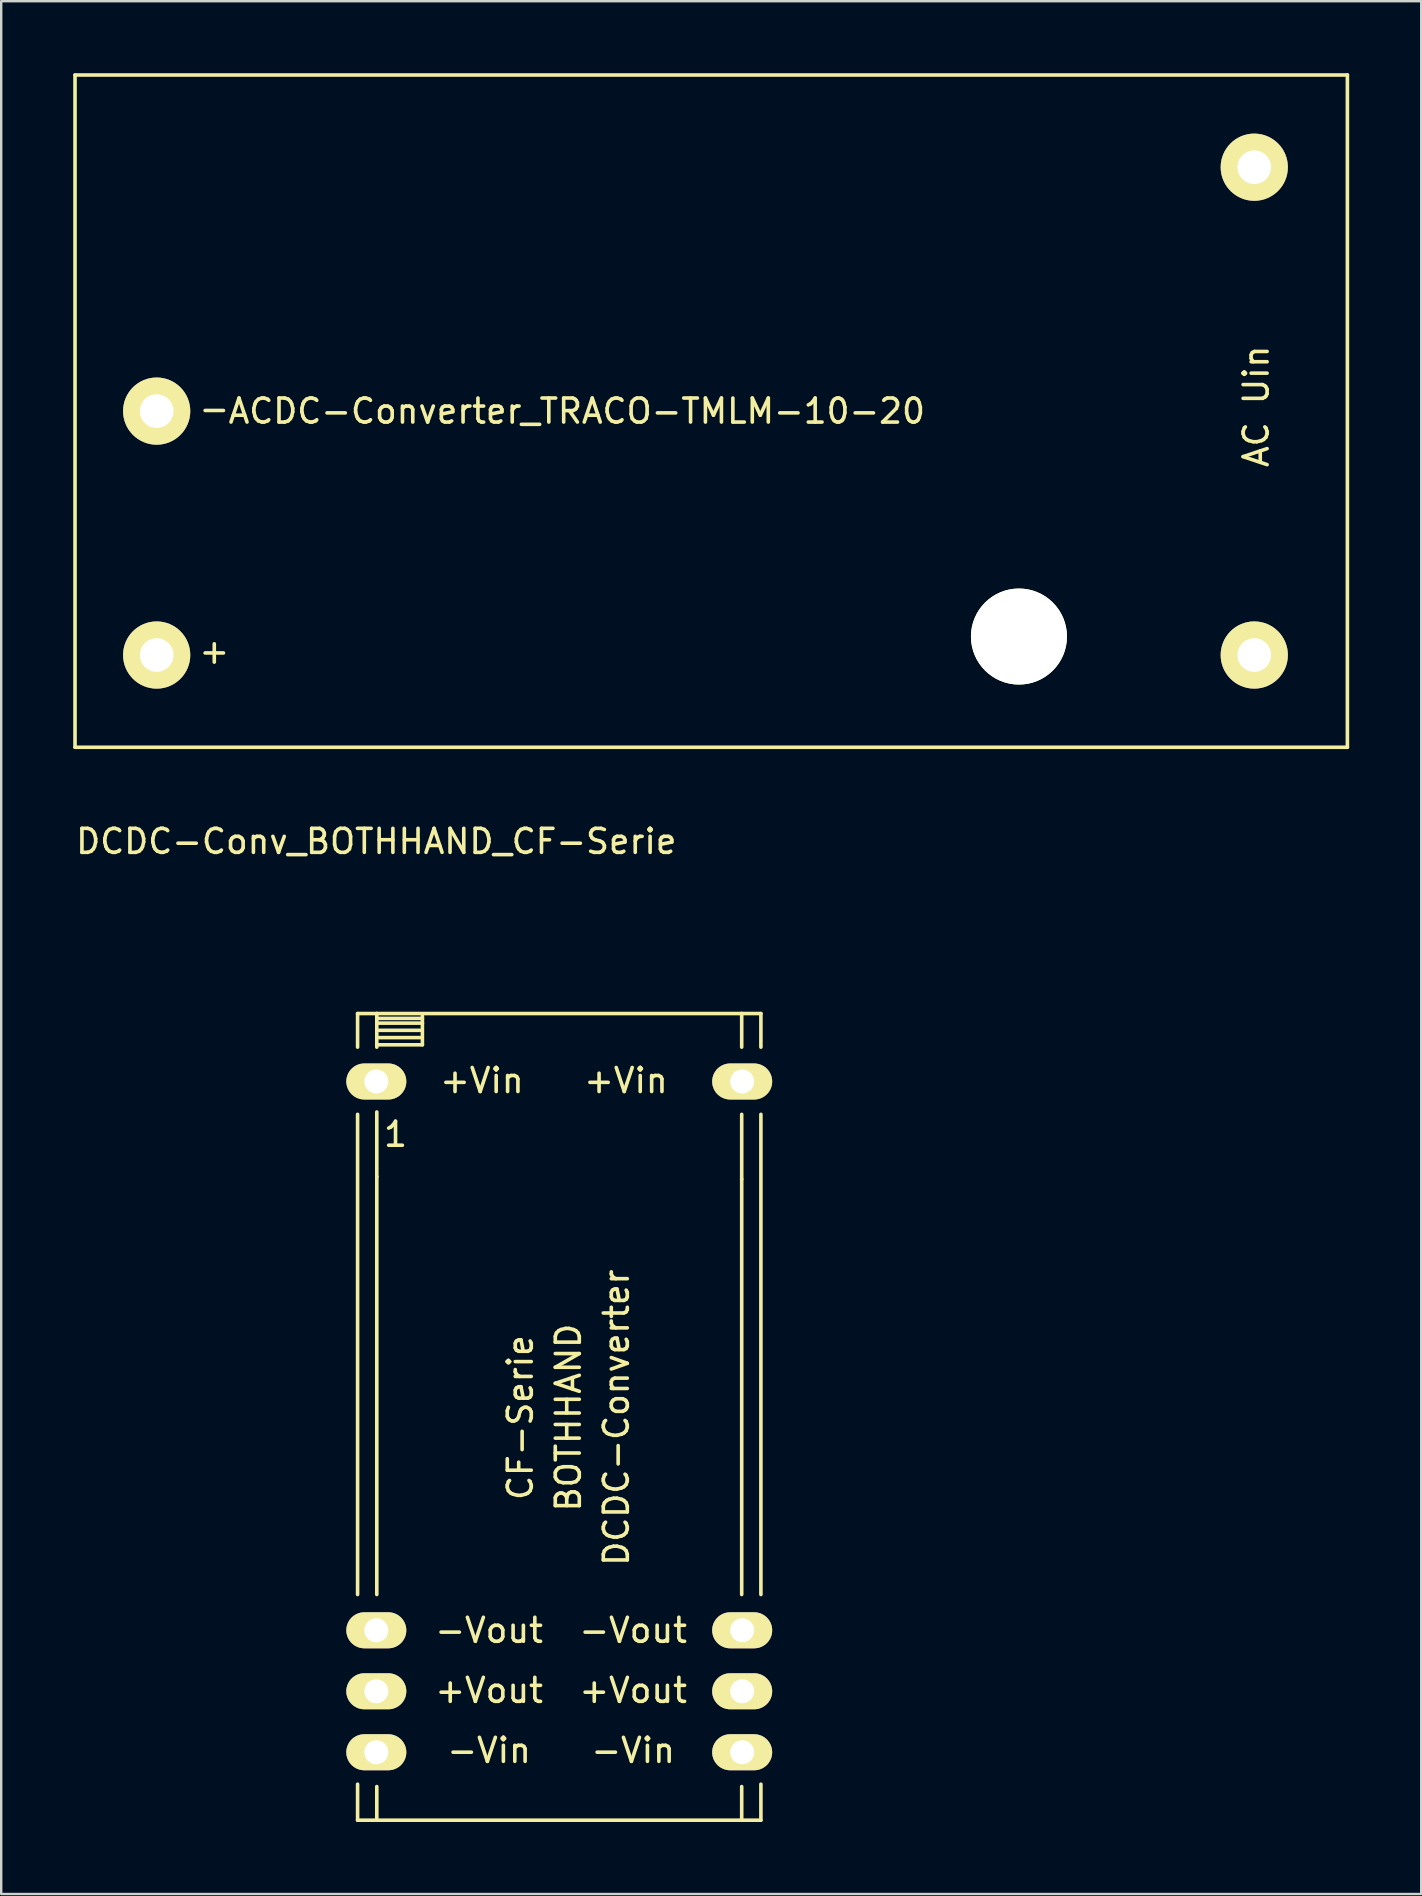
<source format=kicad_pcb>
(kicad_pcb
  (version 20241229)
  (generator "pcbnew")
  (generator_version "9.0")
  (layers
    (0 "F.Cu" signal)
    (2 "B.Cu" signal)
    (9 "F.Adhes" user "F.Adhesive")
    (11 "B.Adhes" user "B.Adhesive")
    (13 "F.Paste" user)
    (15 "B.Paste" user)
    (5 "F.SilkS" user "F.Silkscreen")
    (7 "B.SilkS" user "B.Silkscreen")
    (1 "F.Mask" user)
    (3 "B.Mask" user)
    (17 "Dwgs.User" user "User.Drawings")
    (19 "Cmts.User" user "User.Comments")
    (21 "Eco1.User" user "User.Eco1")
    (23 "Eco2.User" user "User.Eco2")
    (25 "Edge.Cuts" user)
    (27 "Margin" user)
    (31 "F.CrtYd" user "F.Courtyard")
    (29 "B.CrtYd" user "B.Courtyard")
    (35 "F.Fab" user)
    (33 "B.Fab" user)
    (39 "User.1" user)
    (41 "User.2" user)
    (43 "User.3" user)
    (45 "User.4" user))
  (footprint "ACDC-Converter_TRACO-TMLM-10-20"
    (layer "F.Cu")
    (at 3.476 14.075)
    (property "Reference" "ACDC-Converter_TRACO-TMLM-10-20" (at 17.501 0 0) (layer "F.SilkS") (effects (font (size 1 1) (thickness 0.15))))
    (attr through_hole)
    (fp_line (start -3.401 -14.001) (end 49.599 -14.001) (stroke (width 0.15) (type solid)) (layer "F.SilkS"))
    (fp_line (start -3.401 14.001) (end -3.401 -14.001) (stroke (width 0.15) (type solid)) (layer "F.SilkS"))
    (fp_line (start 49.599 -14.001) (end 49.599 14.001) (stroke (width 0.15) (type solid)) (layer "F.SilkS"))
    (fp_line (start 49.599 14.001) (end -3.401 14.001) (stroke (width 0.15) (type solid)) (layer "F.SilkS"))
    (fp_text user "+" (at 2.4 10 0) (layer "F.SilkS") (effects (font (size 1 1) (thickness 0.15))))
    (fp_text user "AC Uin" (at 45.8 -0.2 90) (layer "F.SilkS") (effects (font (size 1 1) (thickness 0.15))))
    (fp_text user "-" (at 2.4 -0.1 0) (layer "F.SilkS") (effects (font (size 1 1) (thickness 0.15))))
    (pad "" np_thru_hole circle (at 35.918 9.39) (size 4 4) (drill 4) (layers "*.Cu" "*.Mask" "F.SilkS"))
    (pad "1" thru_hole circle (at 0 0) (size 2.799 2.799) (drill 1.4) (layers "*.Cu" "*.Mask" "F.SilkS"))
    (pad "2" thru_hole circle (at 0 10.16) (size 2.799 2.799) (drill 1.4) (layers "*.Cu" "*.Mask" "F.SilkS"))
    (pad "3" thru_hole circle (at 45.72 10.16) (size 2.799 2.799) (drill 1.4) (layers "*.Cu" "*.Mask" "F.SilkS"))
    (pad "4" thru_hole circle (at 45.72 -10.16) (size 2.799 2.799) (drill 1.4) (layers "*.Cu" "*.Mask" "F.SilkS")))
  (footprint "DCDC-Conv_BOTHHAND_CF-Serie"
    (layer "F.Cu")
    (at 12.625 41.999)
    (property "Reference" "DCDC-Conv_BOTHHAND_CF-Serie" (at 0 -10 0) (layer "F.SilkS") (effects (font (size 1 1) (thickness 0.15))))
    (attr through_hole)
    (fp_line (start -0.78 -2.83) (end -0.78 -1.43) (stroke (width 0.15) (type solid)) (layer "F.SilkS"))
    (fp_line (start -0.78 21.369) (end -0.78 1.369) (stroke (width 0.15) (type solid)) (layer "F.SilkS"))
    (fp_line (start -0.78 30.77) (end -0.78 29.271) (stroke (width 0.15) (type solid)) (layer "F.SilkS"))
    (fp_line (start 0.02 -2.83) (end -0.78 -2.83) (stroke (width 0.15) (type solid)) (layer "F.SilkS"))
    (fp_line (start 0.02 -2.83) (end 0.02 -1.43) (stroke (width 0.15) (type solid)) (layer "F.SilkS"))
    (fp_line (start 0.02 3.97) (end 0.02 1.27) (stroke (width 0.15) (type solid)) (layer "F.SilkS"))
    (fp_line (start 0.02 21.369) (end 0.02 3.97) (stroke (width 0.15) (type solid)) (layer "F.SilkS"))
    (fp_line (start 0.02 30.77) (end -0.78 30.77) (stroke (width 0.15) (type solid)) (layer "F.SilkS"))
    (fp_line (start 0.02 30.77) (end 0.02 29.37) (stroke (width 0.15) (type solid)) (layer "F.SilkS"))
    (fp_line (start 0.02 30.77) (end 15.22 30.77) (stroke (width 0.15) (type solid)) (layer "F.SilkS"))
    (fp_line (start 1.821 -2.131) (end 0.119 -2.131) (stroke (width 0.15) (type solid)) (layer "F.SilkS"))
    (fp_line (start 1.821 -1.829) (end 0.119 -1.829) (stroke (width 0.15) (type solid)) (layer "F.SilkS"))
    (fp_line (start 1.92 -2.731) (end 1.92 -1.529) (stroke (width 0.15) (type solid)) (layer "F.SilkS"))
    (fp_line (start 1.92 -2.629) (end 0.02 -2.629) (stroke (width 0.15) (type solid)) (layer "F.SilkS"))
    (fp_line (start 1.92 -2.431) (end 0.02 -2.431) (stroke (width 0.15) (type solid)) (layer "F.SilkS"))
    (fp_line (start 1.92 -1.529) (end 0.02 -1.529) (stroke (width 0.15) (type solid)) (layer "F.SilkS"))
    (fp_line (start 15.22 -2.83) (end 0.02 -2.83) (stroke (width 0.15) (type solid)) (layer "F.SilkS"))
    (fp_line (start 15.22 -2.83) (end 15.22 -1.43) (stroke (width 0.15) (type solid)) (layer "F.SilkS"))
    (fp_line (start 15.22 -2.83) (end 16.02 -2.83) (stroke (width 0.15) (type solid)) (layer "F.SilkS"))
    (fp_line (start 15.22 4.069) (end 15.22 1.369) (stroke (width 0.15) (type solid)) (layer "F.SilkS"))
    (fp_line (start 15.22 4.069) (end 15.22 21.369) (stroke (width 0.15) (type solid)) (layer "F.SilkS"))
    (fp_line (start 15.22 29.37) (end 15.22 30.77) (stroke (width 0.15) (type solid)) (layer "F.SilkS"))
    (fp_line (start 15.22 30.77) (end 16.02 30.77) (stroke (width 0.15) (type solid)) (layer "F.SilkS"))
    (fp_line (start 16.02 -2.83) (end 16.02 -1.43) (stroke (width 0.15) (type solid)) (layer "F.SilkS"))
    (fp_line (start 16.02 21.369) (end 16.02 1.369) (stroke (width 0.15) (type solid)) (layer "F.SilkS"))
    (fp_line (start 16.02 30.77) (end 16.02 29.271) (stroke (width 0.15) (type solid)) (layer "F.SilkS"))
    (fp_text user "+Vout" (at 4.698 25.364 0) (layer "F.SilkS") (effects (font (size 1 1) (thickness 0.15))))
    (fp_text user "+Vout" (at 10.698 25.364 0) (layer "F.SilkS") (effects (font (size 1 1) (thickness 0.15))))
    (fp_text user "-Vin" (at 4.698 27.863 0) (layer "F.SilkS") (effects (font (size 1 1) (thickness 0.15))))
    (fp_text user "-Vout" (at 10.698 22.862 0) (layer "F.SilkS") (effects (font (size 1 1) (thickness 0.15))))
    (fp_text user "-Vout" (at 4.698 22.862 0) (layer "F.SilkS") (effects (font (size 1 1) (thickness 0.15))))
    (fp_text user "-Vin" (at 10.698 27.863 0) (layer "F.SilkS") (effects (font (size 1 1) (thickness 0.15))))
    (fp_text user "+Vin" (at 4.398 -0.038 0) (layer "F.SilkS") (effects (font (size 1 1) (thickness 0.15))))
    (fp_text user "+Vin" (at 10.398 -0.038 0) (layer "F.SilkS") (effects (font (size 1 1) (thickness 0.15))))
    (fp_text user "BOTHHAND" (at 8 14 270) (layer "F.SilkS") (effects (font (size 1 1) (thickness 0.15))))
    (fp_text user "1" (at 0.8 2.2 0) (layer "F.SilkS") (effects (font (size 1 1) (thickness 0.15))))
    (fp_text user "DCDC-Converter" (at 10 14 270) (layer "F.SilkS") (effects (font (size 1 1) (thickness 0.15))))
    (fp_text user "CF-Serie" (at 6 14 270) (layer "F.SilkS") (effects (font (size 1 1) (thickness 0.15))))
    (pad "1" thru_hole oval (at 0 0) (size 2.499 1.501) (drill 1.001) (layers "*.Cu" "*.Mask" "F.SilkS"))
    (pad "10" thru_hole oval (at 0 22.86) (size 2.499 1.501) (drill 1.001) (layers "*.Cu" "*.Mask" "F.SilkS"))
    (pad "11" thru_hole oval (at 0 25.4) (size 2.499 1.501) (drill 1.001) (layers "*.Cu" "*.Mask" "F.SilkS"))
    (pad "12" thru_hole oval (at 0 27.94) (size 2.499 1.501) (drill 1.001) (layers "*.Cu" "*.Mask" "F.SilkS"))
    (pad "13" thru_hole oval (at 15.24 27.94) (size 2.499 1.501) (drill 1.001) (layers "*.Cu" "*.Mask" "F.SilkS"))
    (pad "14" thru_hole oval (at 15.24 25.4) (size 2.499 1.501) (drill 1.001) (layers "*.Cu" "*.Mask" "F.SilkS"))
    (pad "15" thru_hole oval (at 15.24 22.86) (size 2.499 1.501) (drill 1.001) (layers "*.Cu" "*.Mask" "F.SilkS"))
    (pad "24" thru_hole oval (at 15.24 0) (size 2.499 1.501) (drill 1.001) (layers "*.Cu" "*.Mask" "F.SilkS")))
  (gr_rect
    (start -3 -3)
    (end 56.15 75.844)
    (stroke (width 0.1) (type default))
    (fill no)
    (layer "Edge.Cuts")))
</source>
